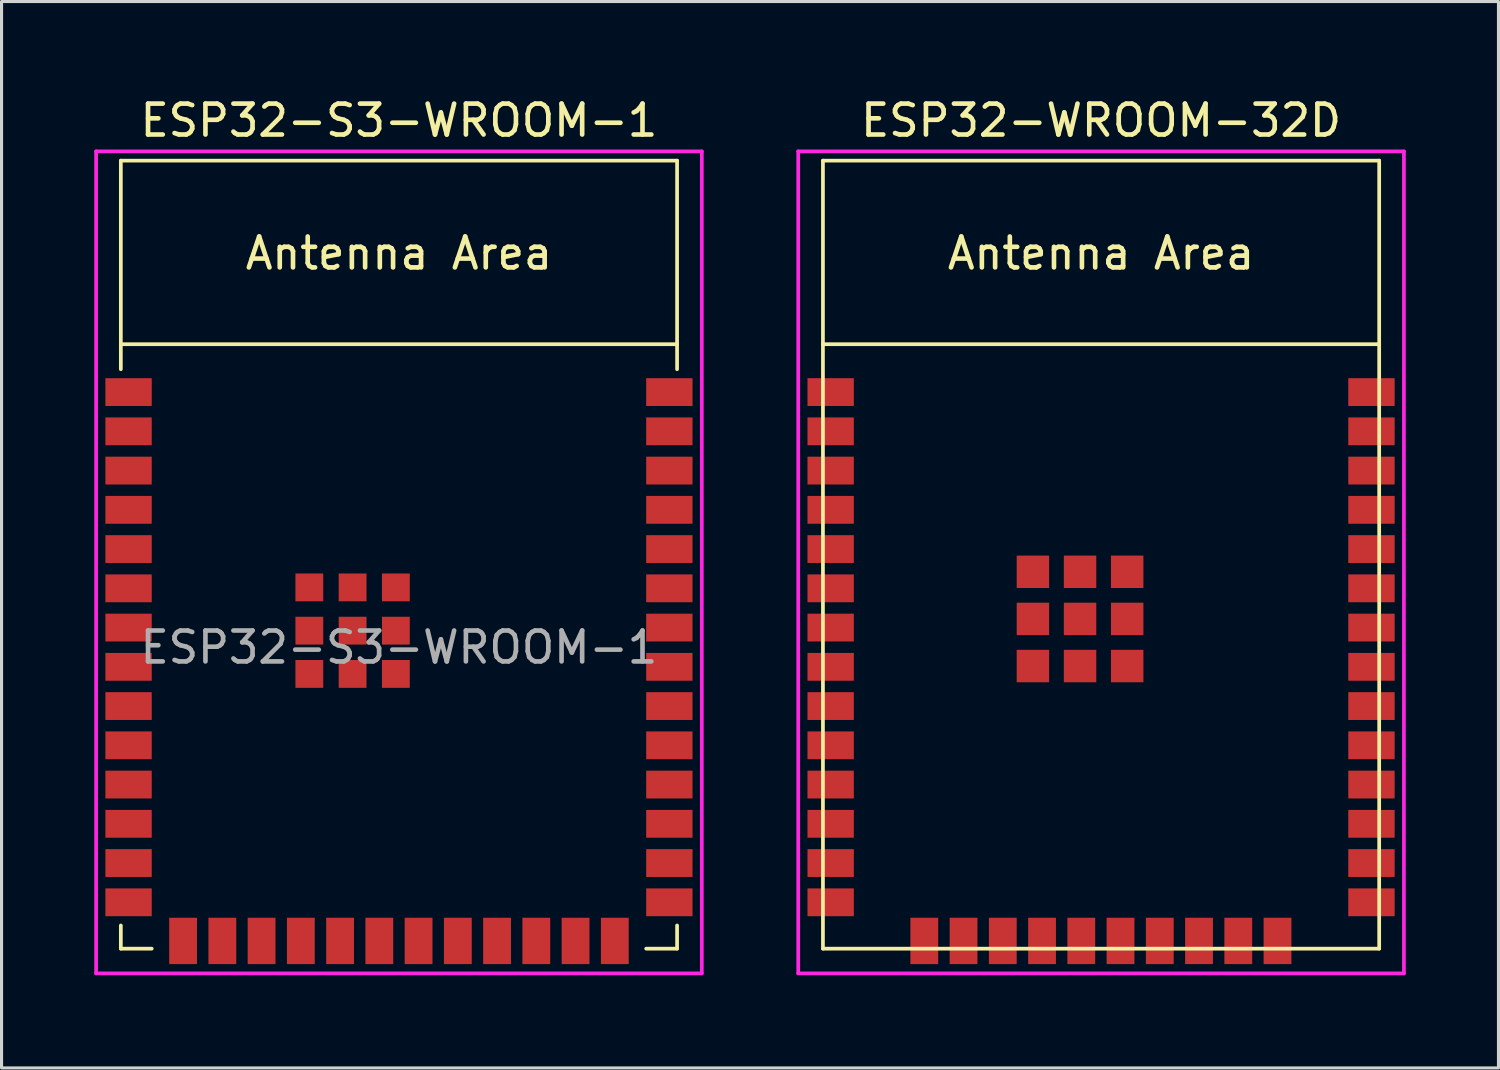
<source format=kicad_pcb>
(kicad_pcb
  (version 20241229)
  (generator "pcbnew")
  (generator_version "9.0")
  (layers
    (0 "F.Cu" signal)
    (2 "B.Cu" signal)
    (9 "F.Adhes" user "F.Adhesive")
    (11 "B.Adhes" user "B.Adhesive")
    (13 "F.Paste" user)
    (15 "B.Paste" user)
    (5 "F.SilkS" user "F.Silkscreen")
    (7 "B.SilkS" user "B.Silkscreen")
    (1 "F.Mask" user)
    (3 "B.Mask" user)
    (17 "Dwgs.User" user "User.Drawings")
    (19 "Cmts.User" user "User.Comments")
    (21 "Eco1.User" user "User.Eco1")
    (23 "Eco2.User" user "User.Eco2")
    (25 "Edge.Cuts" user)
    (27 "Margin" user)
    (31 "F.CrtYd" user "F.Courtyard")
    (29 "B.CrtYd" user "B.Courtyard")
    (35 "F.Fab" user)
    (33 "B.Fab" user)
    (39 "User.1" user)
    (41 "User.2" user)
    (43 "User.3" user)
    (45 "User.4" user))
  (footprint "ESP32-S3-WROOM-1"
    (layer "F.Cu")
    (at 9.86 17.898)
    (property "Reference" "ESP32-S3-WROOM-1" (at 0 -17.05 0) (layer "F.SilkS") (effects (font (size 1 1) (thickness 0.15))))
    (attr smd)
    (fp_line (start -9 -15.75) (end -9 -9) (stroke (width 0.12) (type solid)) (layer "F.SilkS"))
    (fp_line (start -9 -15.75) (end 9 -15.75) (stroke (width 0.12) (type solid)) (layer "F.SilkS"))
    (fp_line (start -9 9) (end -9 9.75) (stroke (width 0.12) (type solid)) (layer "F.SilkS"))
    (fp_line (start -9 9.75) (end -8 9.75) (stroke (width 0.12) (type solid)) (layer "F.SilkS"))
    (fp_line (start 9 -15.75) (end 9 -9) (stroke (width 0.12) (type solid)) (layer "F.SilkS"))
    (fp_line (start 9 -9.81) (end -9 -9.81) (stroke (width 0.12) (type solid)) (layer "F.SilkS"))
    (fp_line (start 9 9) (end 9 9.75) (stroke (width 0.12) (type solid)) (layer "F.SilkS"))
    (fp_line (start 9 9.75) (end 8 9.75) (stroke (width 0.12) (type solid)) (layer "F.SilkS"))
    (fp_line (start -9 -15.75) (end 9 -15.75) (stroke (width 0.12) (type solid)) (layer "Eco2.User"))
    (fp_line (start -9 -9.81) (end 9 -9.81) (stroke (width 0.12) (type solid)) (layer "Eco2.User"))
    (fp_line (start -9 9.75) (end -9 -15.75) (stroke (width 0.12) (type solid)) (layer "Eco2.User"))
    (fp_line (start 9 -15.75) (end 9 9.75) (stroke (width 0.12) (type solid)) (layer "Eco2.User"))
    (fp_line (start 9 9.75) (end -9 9.75) (stroke (width 0.12) (type solid)) (layer "Eco2.User"))
    (fp_line (start -9.8 -16.05) (end -9.8 10.55) (stroke (width 0.12) (type solid)) (layer "F.CrtYd"))
    (fp_line (start -9.8 10.55) (end 9.8 10.55) (stroke (width 0.12) (type solid)) (layer "F.CrtYd"))
    (fp_line (start 9.8 -16.05) (end -9.8 -16.05) (stroke (width 0.12) (type solid)) (layer "F.CrtYd"))
    (fp_line (start 9.8 -16.05) (end 9.8 10.55) (stroke (width 0.12) (type solid)) (layer "F.CrtYd"))
    (fp_text user "Antenna Area" (at 0 -12.75 0) (layer "F.SilkS") (effects (font (size 1 1) (thickness 0.15))))
    (fp_text user "Antenna Area" (at 0 -12.75 0) (layer "Eco2.User") (effects (font (size 1 1) (thickness 0.15))))
    (fp_text user "${REFERENCE}" (at 0 0 0) (layer "F.Fab") (effects (font (size 1 1) (thickness 0.15))))
    (pad "1" smd rect (at -8.75 -8.26) (size 1.5 0.9) (layers "F.Cu" "F.Mask" "F.Paste"))
    (pad "2" smd rect (at -8.75 -6.99) (size 1.5 0.9) (layers "F.Cu" "F.Mask" "F.Paste"))
    (pad "3" smd rect (at -8.75 -5.72) (size 1.5 0.9) (layers "F.Cu" "F.Mask" "F.Paste"))
    (pad "4" smd rect (at -8.75 -4.45) (size 1.5 0.9) (layers "F.Cu" "F.Mask" "F.Paste"))
    (pad "5" smd rect (at -8.75 -3.18) (size 1.5 0.9) (layers "F.Cu" "F.Mask" "F.Paste"))
    (pad "6" smd rect (at -8.75 -1.91) (size 1.5 0.9) (layers "F.Cu" "F.Mask" "F.Paste"))
    (pad "7" smd rect (at -8.75 -0.64) (size 1.5 0.9) (layers "F.Cu" "F.Mask" "F.Paste"))
    (pad "8" smd rect (at -8.75 0.63) (size 1.5 0.9) (layers "F.Cu" "F.Mask" "F.Paste"))
    (pad "9" smd rect (at -8.75 1.9) (size 1.5 0.9) (layers "F.Cu" "F.Mask" "F.Paste"))
    (pad "10" smd rect (at -8.75 3.17) (size 1.5 0.9) (layers "F.Cu" "F.Mask" "F.Paste"))
    (pad "11" smd rect (at -8.75 4.44) (size 1.5 0.9) (layers "F.Cu" "F.Mask" "F.Paste"))
    (pad "12" smd rect (at -8.75 5.71) (size 1.5 0.9) (layers "F.Cu" "F.Mask" "F.Paste"))
    (pad "13" smd rect (at -8.75 6.98) (size 1.5 0.9) (layers "F.Cu" "F.Mask" "F.Paste"))
    (pad "14" smd rect (at -8.75 8.25) (size 1.5 0.9) (layers "F.Cu" "F.Mask" "F.Paste"))
    (pad "15" smd rect (at -6.985 9.5 90) (size 1.5 0.9) (layers "F.Cu" "F.Mask" "F.Paste"))
    (pad "16" smd rect (at -5.715 9.5 90) (size 1.5 0.9) (layers "F.Cu" "F.Mask" "F.Paste"))
    (pad "17" smd rect (at -4.445 9.5 90) (size 1.5 0.9) (layers "F.Cu" "F.Mask" "F.Paste"))
    (pad "18" smd rect (at -3.175 9.5 90) (size 1.5 0.9) (layers "F.Cu" "F.Mask" "F.Paste"))
    (pad "19" smd rect (at -1.905 9.5 90) (size 1.5 0.9) (layers "F.Cu" "F.Mask" "F.Paste"))
    (pad "20" smd rect (at -0.635 9.5 90) (size 1.5 0.9) (layers "F.Cu" "F.Mask" "F.Paste"))
    (pad "21" smd rect (at 0.635 9.5 90) (size 1.5 0.9) (layers "F.Cu" "F.Mask" "F.Paste"))
    (pad "22" smd rect (at 1.905 9.5 90) (size 1.5 0.9) (layers "F.Cu" "F.Mask" "F.Paste"))
    (pad "23" smd rect (at 3.175 9.5 90) (size 1.5 0.9) (layers "F.Cu" "F.Mask" "F.Paste"))
    (pad "24" smd rect (at 4.445 9.5 90) (size 1.5 0.9) (layers "F.Cu" "F.Mask" "F.Paste"))
    (pad "25" smd rect (at 5.715 9.5 90) (size 1.5 0.9) (layers "F.Cu" "F.Mask" "F.Paste"))
    (pad "26" smd rect (at 6.985 9.5 90) (size 1.5 0.9) (layers "F.Cu" "F.Mask" "F.Paste"))
    (pad "27" smd rect (at 8.75 8.25 180) (size 1.5 0.9) (layers "F.Cu" "F.Mask" "F.Paste"))
    (pad "28" smd rect (at 8.75 6.98 180) (size 1.5 0.9) (layers "F.Cu" "F.Mask" "F.Paste"))
    (pad "29" smd rect (at 8.75 5.71 180) (size 1.5 0.9) (layers "F.Cu" "F.Mask" "F.Paste"))
    (pad "30" smd rect (at 8.75 4.44 180) (size 1.5 0.9) (layers "F.Cu" "F.Mask" "F.Paste"))
    (pad "31" smd rect (at 8.75 3.17 180) (size 1.5 0.9) (layers "F.Cu" "F.Mask" "F.Paste"))
    (pad "32" smd rect (at 8.75 1.9 180) (size 1.5 0.9) (layers "F.Cu" "F.Mask" "F.Paste"))
    (pad "33" smd rect (at 8.75 0.63 180) (size 1.5 0.9) (layers "F.Cu" "F.Mask" "F.Paste"))
    (pad "34" smd rect (at 8.75 -0.64 180) (size 1.5 0.9) (layers "F.Cu" "F.Mask" "F.Paste"))
    (pad "35" smd rect (at 8.75 -1.91 180) (size 1.5 0.9) (layers "F.Cu" "F.Mask" "F.Paste"))
    (pad "36" smd rect (at 8.75 -3.18 180) (size 1.5 0.9) (layers "F.Cu" "F.Mask" "F.Paste"))
    (pad "37" smd rect (at 8.75 -4.45 180) (size 1.5 0.9) (layers "F.Cu" "F.Mask" "F.Paste"))
    (pad "38" smd rect (at 8.75 -5.72 180) (size 1.5 0.9) (layers "F.Cu" "F.Mask" "F.Paste"))
    (pad "39" smd rect (at 8.75 -6.99 180) (size 1.5 0.9) (layers "F.Cu" "F.Mask" "F.Paste"))
    (pad "40" smd rect (at 8.75 -8.26 180) (size 1.5 0.9) (layers "F.Cu" "F.Mask" "F.Paste"))
    (pad "41" smd rect (at -2.9 -1.94 180) (size 0.9 0.9) (layers "F.Cu" "F.Mask" "F.Paste"))
    (pad "41" smd rect (at -2.9 -0.54 180) (size 0.9 0.9) (layers "F.Cu" "F.Mask" "F.Paste"))
    (pad "41" smd rect (at -2.9 0.86 180) (size 0.9 0.9) (layers "F.Cu" "F.Mask" "F.Paste"))
    (pad "41" smd rect (at -1.5 -1.94 180) (size 0.9 0.9) (layers "F.Cu" "F.Mask" "F.Paste"))
    (pad "41" smd rect (at -1.5 -0.54 180) (size 0.9 0.9) (layers "F.Cu" "F.Mask" "F.Paste"))
    (pad "41" smd rect (at -1.5 0.86 180) (size 0.9 0.9) (layers "F.Cu" "F.Mask" "F.Paste"))
    (pad "41" smd rect (at -0.1 -1.94 180) (size 0.9 0.9) (layers "F.Cu" "F.Mask" "F.Paste"))
    (pad "41" smd rect (at -0.1 -0.54 180) (size 0.9 0.9) (layers "F.Cu" "F.Mask" "F.Paste"))
    (pad "41" smd rect (at -0.1 0.86 180) (size 0.9 0.9) (layers "F.Cu" "F.Mask" "F.Paste")))
  (footprint "ESP32-WROOM-32D"
    (layer "F.Cu")
    (at 32.58 18.048)
    (property "Reference" "ESP32-WROOM-32D" (at 0 -17.2 0) (layer "F.SilkS") (effects (font (size 1 1) (thickness 0.15))))
    (attr smd)
    (fp_line (start -9 -15.9) (end 9 -15.9) (stroke (width 0.12) (type solid)) (layer "F.SilkS"))
    (fp_line (start -9 9.6) (end -9 -15.9) (stroke (width 0.12) (type solid)) (layer "F.SilkS"))
    (fp_line (start 9 -15.9) (end 9 9.6) (stroke (width 0.12) (type solid)) (layer "F.SilkS"))
    (fp_line (start 9 -9.96) (end -9 -9.96) (stroke (width 0.12) (type solid)) (layer "F.SilkS"))
    (fp_line (start 9 9.6) (end -9 9.6) (stroke (width 0.12) (type solid)) (layer "F.SilkS"))
    (fp_line (start -9 -15.9) (end 9 -15.9) (stroke (width 0.12) (type solid)) (layer "Eco2.User"))
    (fp_line (start -9 -9.96) (end 9 -9.96) (stroke (width 0.12) (type solid)) (layer "Eco2.User"))
    (fp_line (start -9 9.6) (end -9 -15.9) (stroke (width 0.12) (type solid)) (layer "Eco2.User"))
    (fp_line (start 9 -15.9) (end 9 9.6) (stroke (width 0.12) (type solid)) (layer "Eco2.User"))
    (fp_line (start 9 9.6) (end -9 9.6) (stroke (width 0.12) (type solid)) (layer "Eco2.User"))
    (fp_line (start -9.8 -16.2) (end -9.8 10.4) (stroke (width 0.12) (type solid)) (layer "F.CrtYd"))
    (fp_line (start -9.8 10.4) (end 9.8 10.4) (stroke (width 0.12) (type solid)) (layer "F.CrtYd"))
    (fp_line (start 9.8 -16.2) (end -9.8 -16.2) (stroke (width 0.12) (type solid)) (layer "F.CrtYd"))
    (fp_line (start 9.8 -16.2) (end 9.8 10.4) (stroke (width 0.12) (type solid)) (layer "F.CrtYd"))
    (fp_text user "Antenna Area" (at 0 -12.9 0) (layer "F.SilkS") (effects (font (size 1 1) (thickness 0.15))))
    (fp_text user "Antenna Area" (at 0 -12.9 0) (layer "Eco2.User") (effects (font (size 1 1) (thickness 0.15))))
    (pad "1" smd rect (at -8.75 -8.41) (size 1.5 0.9) (layers "F.Cu" "F.Mask" "F.Paste"))
    (pad "2" smd rect (at -8.75 -7.14) (size 1.5 0.9) (layers "F.Cu" "F.Mask" "F.Paste"))
    (pad "3" smd rect (at -8.75 -5.87) (size 1.5 0.9) (layers "F.Cu" "F.Mask" "F.Paste"))
    (pad "4" smd rect (at -8.75 -4.6) (size 1.5 0.9) (layers "F.Cu" "F.Mask" "F.Paste"))
    (pad "5" smd rect (at -8.75 -3.33) (size 1.5 0.9) (layers "F.Cu" "F.Mask" "F.Paste"))
    (pad "6" smd rect (at -8.75 -2.06) (size 1.5 0.9) (layers "F.Cu" "F.Mask" "F.Paste"))
    (pad "7" smd rect (at -8.75 -0.79) (size 1.5 0.9) (layers "F.Cu" "F.Mask" "F.Paste"))
    (pad "8" smd rect (at -8.75 0.48) (size 1.5 0.9) (layers "F.Cu" "F.Mask" "F.Paste"))
    (pad "9" smd rect (at -8.75 1.75) (size 1.5 0.9) (layers "F.Cu" "F.Mask" "F.Paste"))
    (pad "10" smd rect (at -8.75 3.02) (size 1.5 0.9) (layers "F.Cu" "F.Mask" "F.Paste"))
    (pad "11" smd rect (at -8.75 4.29) (size 1.5 0.9) (layers "F.Cu" "F.Mask" "F.Paste"))
    (pad "12" smd rect (at -8.75 5.56) (size 1.5 0.9) (layers "F.Cu" "F.Mask" "F.Paste"))
    (pad "13" smd rect (at -8.75 6.83) (size 1.5 0.9) (layers "F.Cu" "F.Mask" "F.Paste"))
    (pad "14" smd rect (at -8.75 8.1) (size 1.5 0.9) (layers "F.Cu" "F.Mask" "F.Paste"))
    (pad "15" smd rect (at -5.72 9.35 90) (size 1.5 0.9) (layers "F.Cu" "F.Mask" "F.Paste"))
    (pad "16" smd rect (at -4.45 9.35 90) (size 1.5 0.9) (layers "F.Cu" "F.Mask" "F.Paste"))
    (pad "17" smd rect (at -3.18 9.35 90) (size 1.5 0.9) (layers "F.Cu" "F.Mask" "F.Paste"))
    (pad "18" smd rect (at -1.91 9.35 90) (size 1.5 0.9) (layers "F.Cu" "F.Mask" "F.Paste"))
    (pad "19" smd rect (at -0.64 9.35 90) (size 1.5 0.9) (layers "F.Cu" "F.Mask" "F.Paste"))
    (pad "20" smd rect (at 0.63 9.35 90) (size 1.5 0.9) (layers "F.Cu" "F.Mask" "F.Paste"))
    (pad "21" smd rect (at 1.9 9.35 90) (size 1.5 0.9) (layers "F.Cu" "F.Mask" "F.Paste"))
    (pad "22" smd rect (at 3.17 9.35 90) (size 1.5 0.9) (layers "F.Cu" "F.Mask" "F.Paste"))
    (pad "23" smd rect (at 4.44 9.35 90) (size 1.5 0.9) (layers "F.Cu" "F.Mask" "F.Paste"))
    (pad "24" smd rect (at 5.71 9.35 90) (size 1.5 0.9) (layers "F.Cu" "F.Mask" "F.Paste"))
    (pad "25" smd rect (at 8.75 8.1 180) (size 1.5 0.9) (layers "F.Cu" "F.Mask" "F.Paste"))
    (pad "26" smd rect (at 8.75 6.83 180) (size 1.5 0.9) (layers "F.Cu" "F.Mask" "F.Paste"))
    (pad "27" smd rect (at 8.75 5.56 180) (size 1.5 0.9) (layers "F.Cu" "F.Mask" "F.Paste"))
    (pad "28" smd rect (at 8.75 4.29 180) (size 1.5 0.9) (layers "F.Cu" "F.Mask" "F.Paste"))
    (pad "29" smd rect (at 8.75 3.02 180) (size 1.5 0.9) (layers "F.Cu" "F.Mask" "F.Paste"))
    (pad "30" smd rect (at 8.75 1.75 180) (size 1.5 0.9) (layers "F.Cu" "F.Mask" "F.Paste"))
    (pad "31" smd rect (at 8.75 0.48 180) (size 1.5 0.9) (layers "F.Cu" "F.Mask" "F.Paste"))
    (pad "32" smd rect (at 8.75 -0.79 180) (size 1.5 0.9) (layers "F.Cu" "F.Mask" "F.Paste"))
    (pad "33" smd rect (at 8.75 -2.06 180) (size 1.5 0.9) (layers "F.Cu" "F.Mask" "F.Paste"))
    (pad "34" smd rect (at 8.75 -3.33 180) (size 1.5 0.9) (layers "F.Cu" "F.Mask" "F.Paste"))
    (pad "35" smd rect (at 8.75 -4.6 180) (size 1.5 0.9) (layers "F.Cu" "F.Mask" "F.Paste"))
    (pad "36" smd rect (at 8.75 -5.87 180) (size 1.5 0.9) (layers "F.Cu" "F.Mask" "F.Paste"))
    (pad "37" smd rect (at 8.75 -7.14 180) (size 1.5 0.9) (layers "F.Cu" "F.Mask" "F.Paste"))
    (pad "38" smd rect (at 8.75 -8.41 180) (size 1.5 0.9) (layers "F.Cu" "F.Mask" "F.Paste"))
    (pad "39" smd rect (at -2.205 -2.595 180) (size 1.05 1.05) (layers "F.Cu" "F.Mask" "F.Paste"))
    (pad "39" smd rect (at -2.205 -1.07 180) (size 1.05 1.05) (layers "F.Cu" "F.Mask" "F.Paste"))
    (pad "39" smd rect (at -2.205 0.455 180) (size 1.05 1.05) (layers "F.Cu" "F.Mask" "F.Paste"))
    (pad "39" smd rect (at -0.68 -2.595 180) (size 1.05 1.05) (layers "F.Cu" "F.Mask" "F.Paste"))
    (pad "39" smd rect (at -0.68 -1.07 180) (size 1.05 1.05) (layers "F.Cu" "F.Mask" "F.Paste"))
    (pad "39" smd rect (at -0.68 0.455 180) (size 1.05 1.05) (layers "F.Cu" "F.Mask" "F.Paste"))
    (pad "39" smd rect (at 0.845 -2.595 180) (size 1.05 1.05) (layers "F.Cu" "F.Mask" "F.Paste"))
    (pad "39" smd rect (at 0.845 -1.07 180) (size 1.05 1.05) (layers "F.Cu" "F.Mask" "F.Paste"))
    (pad "39" smd rect (at 0.845 0.455 180) (size 1.05 1.05) (layers "F.Cu" "F.Mask" "F.Paste")))
  (gr_rect
    (start -3 -3)
    (end 45.44 31.508)
    (stroke (width 0.1) (type default))
    (fill no)
    (layer "Edge.Cuts")))
</source>
